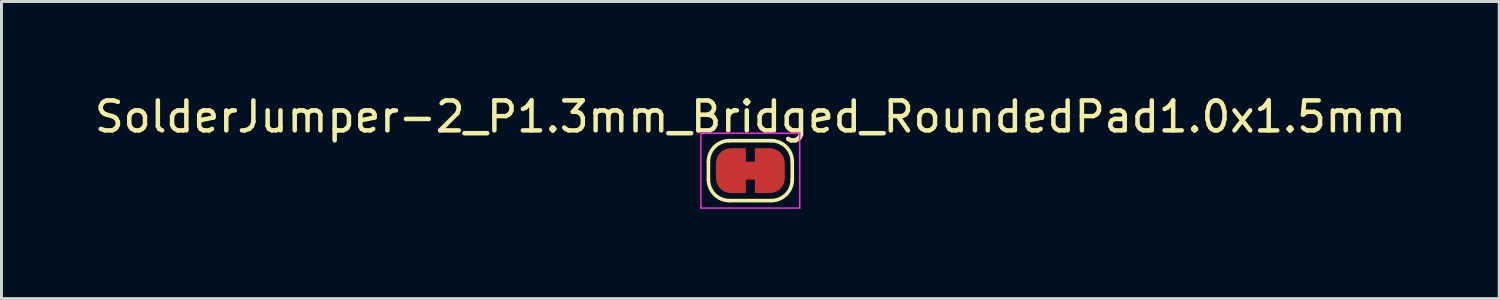
<source format=kicad_pcb>
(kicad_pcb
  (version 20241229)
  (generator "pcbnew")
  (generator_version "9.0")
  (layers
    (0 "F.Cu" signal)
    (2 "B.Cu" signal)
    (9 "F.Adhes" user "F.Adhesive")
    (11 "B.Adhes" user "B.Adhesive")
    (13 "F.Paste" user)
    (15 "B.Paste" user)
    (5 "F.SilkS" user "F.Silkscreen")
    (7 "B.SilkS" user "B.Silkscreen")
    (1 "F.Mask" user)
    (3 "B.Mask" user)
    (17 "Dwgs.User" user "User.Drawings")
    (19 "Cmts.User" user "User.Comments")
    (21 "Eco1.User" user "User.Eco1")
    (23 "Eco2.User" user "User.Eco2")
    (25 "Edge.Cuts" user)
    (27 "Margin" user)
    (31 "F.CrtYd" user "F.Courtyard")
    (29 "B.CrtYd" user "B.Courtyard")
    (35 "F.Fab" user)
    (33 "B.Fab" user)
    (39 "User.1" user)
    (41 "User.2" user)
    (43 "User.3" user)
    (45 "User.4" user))
  (footprint "SolderJumper-2_P1.3mm_Bridged_RoundedPad1.0x1.5mm"
    (layer "F.Cu")
    (at 22.006 2.648)
    (property "Reference" "SolderJumper-2_P1.3mm_Bridged_RoundedPad1.0x1.5mm" (at 0 -1.8 0) (layer "F.SilkS") (effects (font (size 1 1) (thickness 0.15))))
    (attr exclude_from_pos_files)
    (fp_poly (pts (xy 0.25 -0.3) (xy -0.25 -0.3) (xy -0.25 0.3) (xy 0.25 0.3)) (stroke (width 0) (type solid)) (fill yes) (layer "F.Cu"))
    (fp_line (start -1.4 0.3) (end -1.4 -0.3) (stroke (width 0.12) (type solid)) (layer "F.SilkS"))
    (fp_line (start -0.7 -1) (end 0.7 -1) (stroke (width 0.12) (type solid)) (layer "F.SilkS"))
    (fp_line (start 0.7 1) (end -0.7 1) (stroke (width 0.12) (type solid)) (layer "F.SilkS"))
    (fp_line (start 1.4 -0.3) (end 1.4 0.3) (stroke (width 0.12) (type solid)) (layer "F.SilkS"))
    (fp_arc (start -1.4 -0.3) (mid -1.194975 -0.794975) (end -0.7 -1) (stroke (width 0.12) (type solid)) (layer "F.SilkS"))
    (fp_arc (start -0.7 1) (mid -1.194975 0.794975) (end -1.4 0.3) (stroke (width 0.12) (type solid)) (layer "F.SilkS"))
    (fp_arc (start 0.7 -1) (mid 1.194975 -0.794975) (end 1.4 -0.3) (stroke (width 0.12) (type solid)) (layer "F.SilkS"))
    (fp_arc (start 1.4 0.3) (mid 1.194975 0.794975) (end 0.7 1) (stroke (width 0.12) (type solid)) (layer "F.SilkS"))
    (fp_line (start -1.65 -1.25) (end -1.65 1.25) (stroke (width 0.05) (type solid)) (layer "F.CrtYd"))
    (fp_line (start -1.65 -1.25) (end 1.65 -1.25) (stroke (width 0.05) (type solid)) (layer "F.CrtYd"))
    (fp_line (start 1.65 1.25) (end -1.65 1.25) (stroke (width 0.05) (type solid)) (layer "F.CrtYd"))
    (fp_line (start 1.65 1.25) (end 1.65 -1.25) (stroke (width 0.05) (type solid)) (layer "F.CrtYd"))
    (pad "1" smd custom (at -0.65 0) (size 1 0.5) (layers "F.Cu" "F.Mask") (options (anchor rect)) (primitives (gr_circle (center 0 0.25) (end 0.5 0.25) (width 0) (fill yes)) (gr_circle (center 0 -0.25) (end 0.5 -0.25) (width 0) (fill yes)) (gr_poly (pts (xy 0.5 0.75) (xy 0 0.75) (xy 0 -0.75) (xy 0.5 -0.75)) (width 0) (fill yes))))
    (pad "2" smd custom (at 0.65 0) (size 1 0.5) (layers "F.Cu" "F.Mask") (options (anchor rect)) (primitives (gr_circle (center 0 0.25) (end 0.5 0.25) (width 0) (fill yes)) (gr_circle (center 0 -0.25) (end 0.5 -0.25) (width 0) (fill yes)) (gr_poly (pts (xy 0 0.75) (xy -0.5 0.75) (xy -0.5 -0.75) (xy 0 -0.75)) (width 0) (fill yes)))))
  (gr_rect
    (start -3 -3)
    (end 47.012 6.923)
    (stroke (width 0.1) (type default))
    (fill no)
    (layer "Edge.Cuts")))
</source>
